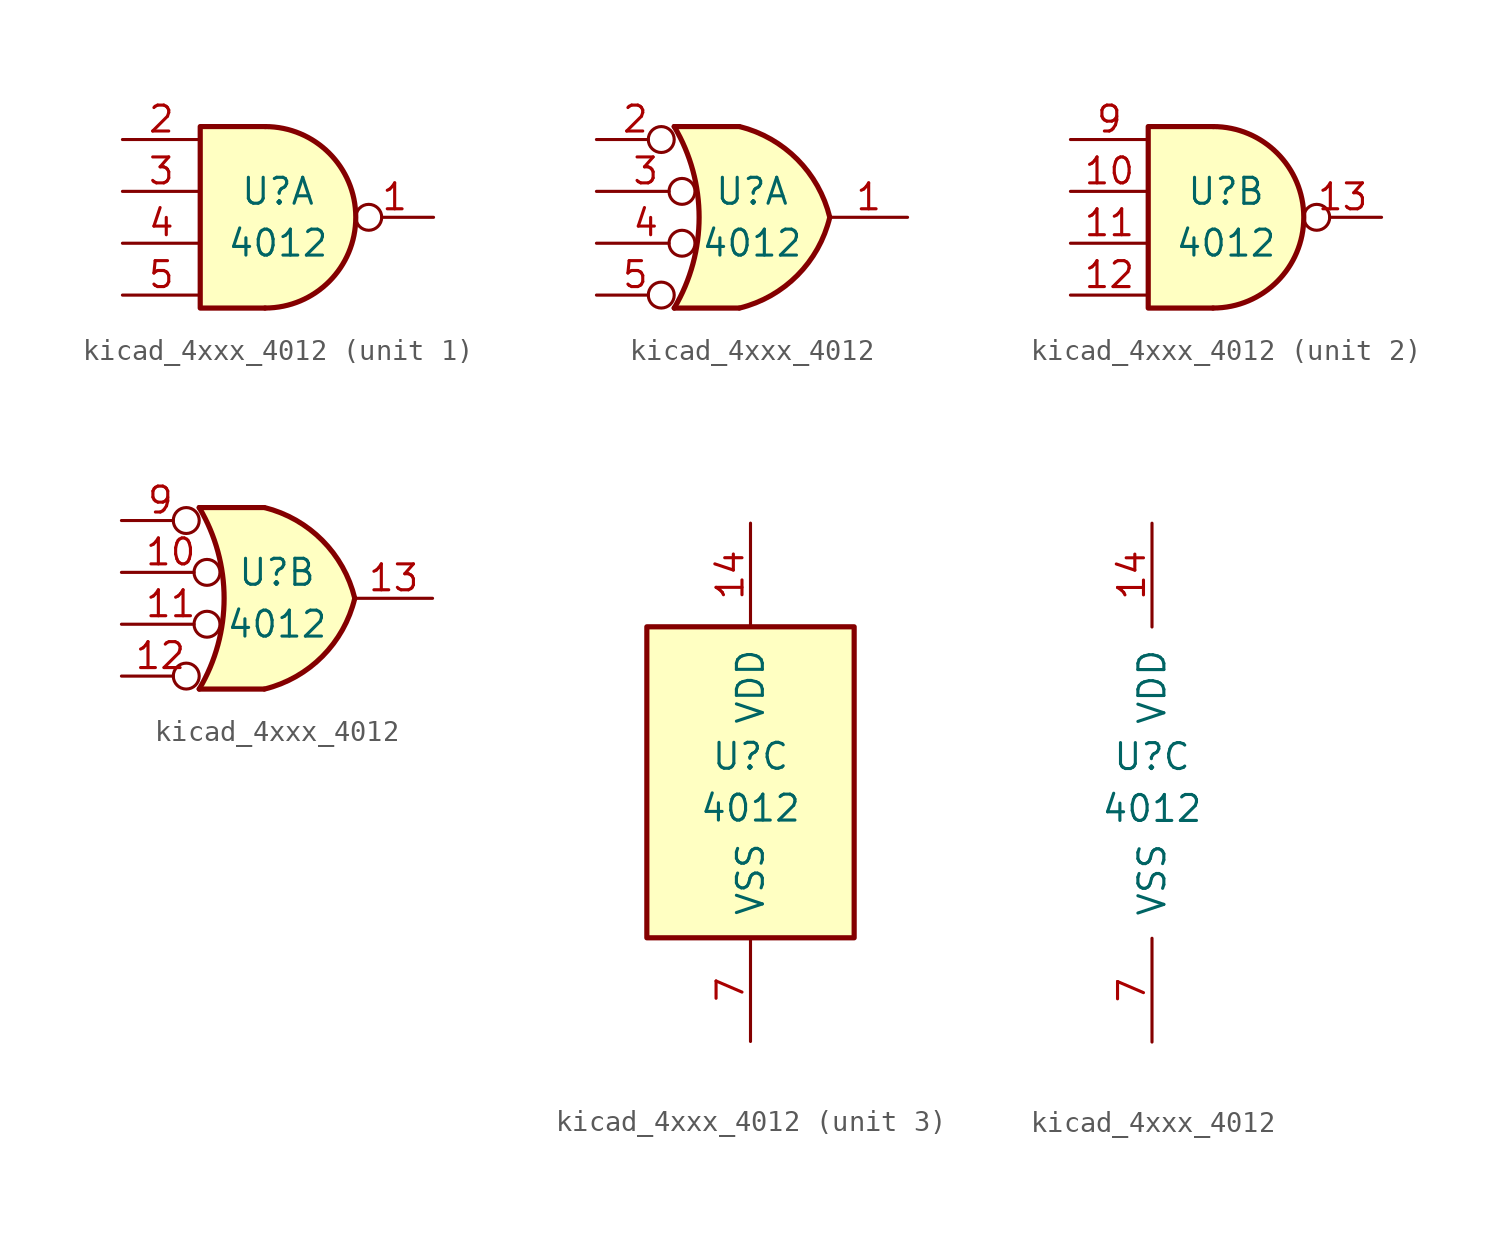
<source format=kicad_sym>
(kicad_symbol_lib
  (version 20220914)
  (generator kicad_symbol_editor)
  (symbol "kicad_4xxx_4012"
    (pin_names
      (offset 1.016))
    (property "Reference" "U"
      (at 0 1.27 0)
      (effects (font (size 1.27 1.27))))
    (property "Value" "4012"
      (at 0 -1.27 0)
      (effects (font (size 1.27 1.27))))
    (property "ki_locked" ""
      (at 0 0 0)
      (effects (font (size 1.27 1.27))))
    (symbol "kicad_4xxx_4012_1_1"
      (arc (start -0.635 -4.445) (mid 3.7907 0) (end -0.635 4.445) (stroke (width 0.254) (type default)) (fill (type background)))
      (polyline (pts (xy -0.635 4.445) (xy -3.81 4.445) (xy -3.81 -4.445) (xy -0.635 -4.445)) (stroke (width 0.254) (type default)) (fill (type background)))
      (pin output inverted (at 7.62 0 180) (length 3.81) (name "~" (effects (font (size 1.27 1.27)))) (number "1" (effects (font (size 1.27 1.27)))))
      (pin input line (at -7.62 3.81 0) (length 3.81) (name "~" (effects (font (size 1.27 1.27)))) (number "2" (effects (font (size 1.27 1.27)))))
      (pin input line (at -7.62 1.27 0) (length 3.81) (name "~" (effects (font (size 1.27 1.27)))) (number "3" (effects (font (size 1.27 1.27)))))
      (pin input line (at -7.62 -1.27 0) (length 3.81) (name "~" (effects (font (size 1.27 1.27)))) (number "4" (effects (font (size 1.27 1.27)))))
      (pin input line (at -7.62 -3.81 0) (length 3.81) (name "~" (effects (font (size 1.27 1.27)))) (number "5" (effects (font (size 1.27 1.27))))))
    (symbol "kicad_4xxx_4012_1_2"
      (arc (start -3.81 -4.445) (mid -2.5908 0) (end -3.81 4.445) (stroke (width 0.254) (type default)) (fill (type none)))
      (arc (start -0.6096 -4.445) (mid 2.2246 -2.8422) (end 3.81 0) (stroke (width 0.254) (type default)) (fill (type background)))
      (polyline (pts (xy -3.81 -4.445) (xy -0.635 -4.445)) (stroke (width 0.254) (type default)) (fill (type background)))
      (polyline (pts (xy -3.81 4.445) (xy -0.635 4.445)) (stroke (width 0.254) (type default)) (fill (type background)))
      (polyline (pts (xy -0.635 4.445) (xy -3.81 4.445) (xy -3.81 4.445) (xy -3.632 4.089) (xy -3.099 2.921) (xy -2.769 1.676) (xy -2.616 0.432) (xy -2.642 -0.864) (xy -2.87 -2.108) (xy -3.251 -3.327) (xy -3.81 -4.445) (xy -3.81 -4.445) (xy -0.635 -4.445)) (stroke (width -25.4) (type default)) (fill (type background)))
      (arc (start 3.81 0) (mid 2.2204 2.8379) (end -0.6096 4.445) (stroke (width 0.254) (type default)) (fill (type background)))
      (pin output line (at 7.62 0 180) (length 3.81) (name "~" (effects (font (size 1.27 1.27)))) (number "1" (effects (font (size 1.27 1.27)))))
      (pin input inverted (at -7.62 3.81 0) (length 3.81) (name "~" (effects (font (size 1.27 1.27)))) (number "2" (effects (font (size 1.27 1.27)))))
      (pin input inverted (at -7.62 1.27 0) (length 4.826) (name "~" (effects (font (size 1.27 1.27)))) (number "3" (effects (font (size 1.27 1.27)))))
      (pin input inverted (at -7.62 -1.27 0) (length 4.826) (name "~" (effects (font (size 1.27 1.27)))) (number "4" (effects (font (size 1.27 1.27)))))
      (pin input inverted (at -7.62 -3.81 0) (length 3.81) (name "~" (effects (font (size 1.27 1.27)))) (number "5" (effects (font (size 1.27 1.27))))))
    (symbol "kicad_4xxx_4012_2_1"
      (arc (start -0.635 -4.445) (mid 3.7907 0) (end -0.635 4.445) (stroke (width 0.254) (type default)) (fill (type background)))
      (polyline (pts (xy -0.635 4.445) (xy -3.81 4.445) (xy -3.81 -4.445) (xy -0.635 -4.445)) (stroke (width 0.254) (type default)) (fill (type background)))
      (pin input line (at -7.62 1.27 0) (length 3.81) (name "~" (effects (font (size 1.27 1.27)))) (number "10" (effects (font (size 1.27 1.27)))))
      (pin input line (at -7.62 -1.27 0) (length 3.81) (name "~" (effects (font (size 1.27 1.27)))) (number "11" (effects (font (size 1.27 1.27)))))
      (pin input line (at -7.62 -3.81 0) (length 3.81) (name "~" (effects (font (size 1.27 1.27)))) (number "12" (effects (font (size 1.27 1.27)))))
      (pin output inverted (at 7.62 0 180) (length 3.81) (name "~" (effects (font (size 1.27 1.27)))) (number "13" (effects (font (size 1.27 1.27)))))
      (pin input line (at -7.62 3.81 0) (length 3.81) (name "~" (effects (font (size 1.27 1.27)))) (number "9" (effects (font (size 1.27 1.27))))))
    (symbol "kicad_4xxx_4012_2_2"
      (arc (start -3.81 -4.445) (mid -2.5908 0) (end -3.81 4.445) (stroke (width 0.254) (type default)) (fill (type none)))
      (arc (start -0.6096 -4.445) (mid 2.2246 -2.8422) (end 3.81 0) (stroke (width 0.254) (type default)) (fill (type background)))
      (polyline (pts (xy -3.81 -4.445) (xy -0.635 -4.445)) (stroke (width 0.254) (type default)) (fill (type background)))
      (polyline (pts (xy -3.81 4.445) (xy -0.635 4.445)) (stroke (width 0.254) (type default)) (fill (type background)))
      (polyline (pts (xy -0.635 4.445) (xy -3.81 4.445) (xy -3.81 4.445) (xy -3.632 4.089) (xy -3.099 2.921) (xy -2.769 1.676) (xy -2.616 0.432) (xy -2.642 -0.864) (xy -2.87 -2.108) (xy -3.251 -3.327) (xy -3.81 -4.445) (xy -3.81 -4.445) (xy -0.635 -4.445)) (stroke (width -25.4) (type default)) (fill (type background)))
      (arc (start 3.81 0) (mid 2.2204 2.8379) (end -0.6096 4.445) (stroke (width 0.254) (type default)) (fill (type background)))
      (pin input inverted (at -7.62 1.27 0) (length 4.826) (name "~" (effects (font (size 1.27 1.27)))) (number "10" (effects (font (size 1.27 1.27)))))
      (pin input inverted (at -7.62 -1.27 0) (length 4.826) (name "~" (effects (font (size 1.27 1.27)))) (number "11" (effects (font (size 1.27 1.27)))))
      (pin input inverted (at -7.62 -3.81 0) (length 3.81) (name "~" (effects (font (size 1.27 1.27)))) (number "12" (effects (font (size 1.27 1.27)))))
      (pin output line (at 7.62 0 180) (length 3.81) (name "~" (effects (font (size 1.27 1.27)))) (number "13" (effects (font (size 1.27 1.27)))))
      (pin input inverted (at -7.62 3.81 0) (length 3.81) (name "~" (effects (font (size 1.27 1.27)))) (number "9" (effects (font (size 1.27 1.27))))))
    (symbol "kicad_4xxx_4012_3_0"
      (pin power_in line (at 0 12.7 270) (length 5.08) (name "VDD" (effects (font (size 1.27 1.27)))) (number "14" (effects (font (size 1.27 1.27)))))
      (pin power_in line (at 0 -12.7 90) (length 5.08) (name "VSS" (effects (font (size 1.27 1.27)))) (number "7" (effects (font (size 1.27 1.27))))))
    (symbol "kicad_4xxx_4012_3_1"
      (rectangle (start -5.08 7.62) (end 5.08 -7.62) (stroke (width 0.254) (type default)) (fill (type background))))))
</source>
